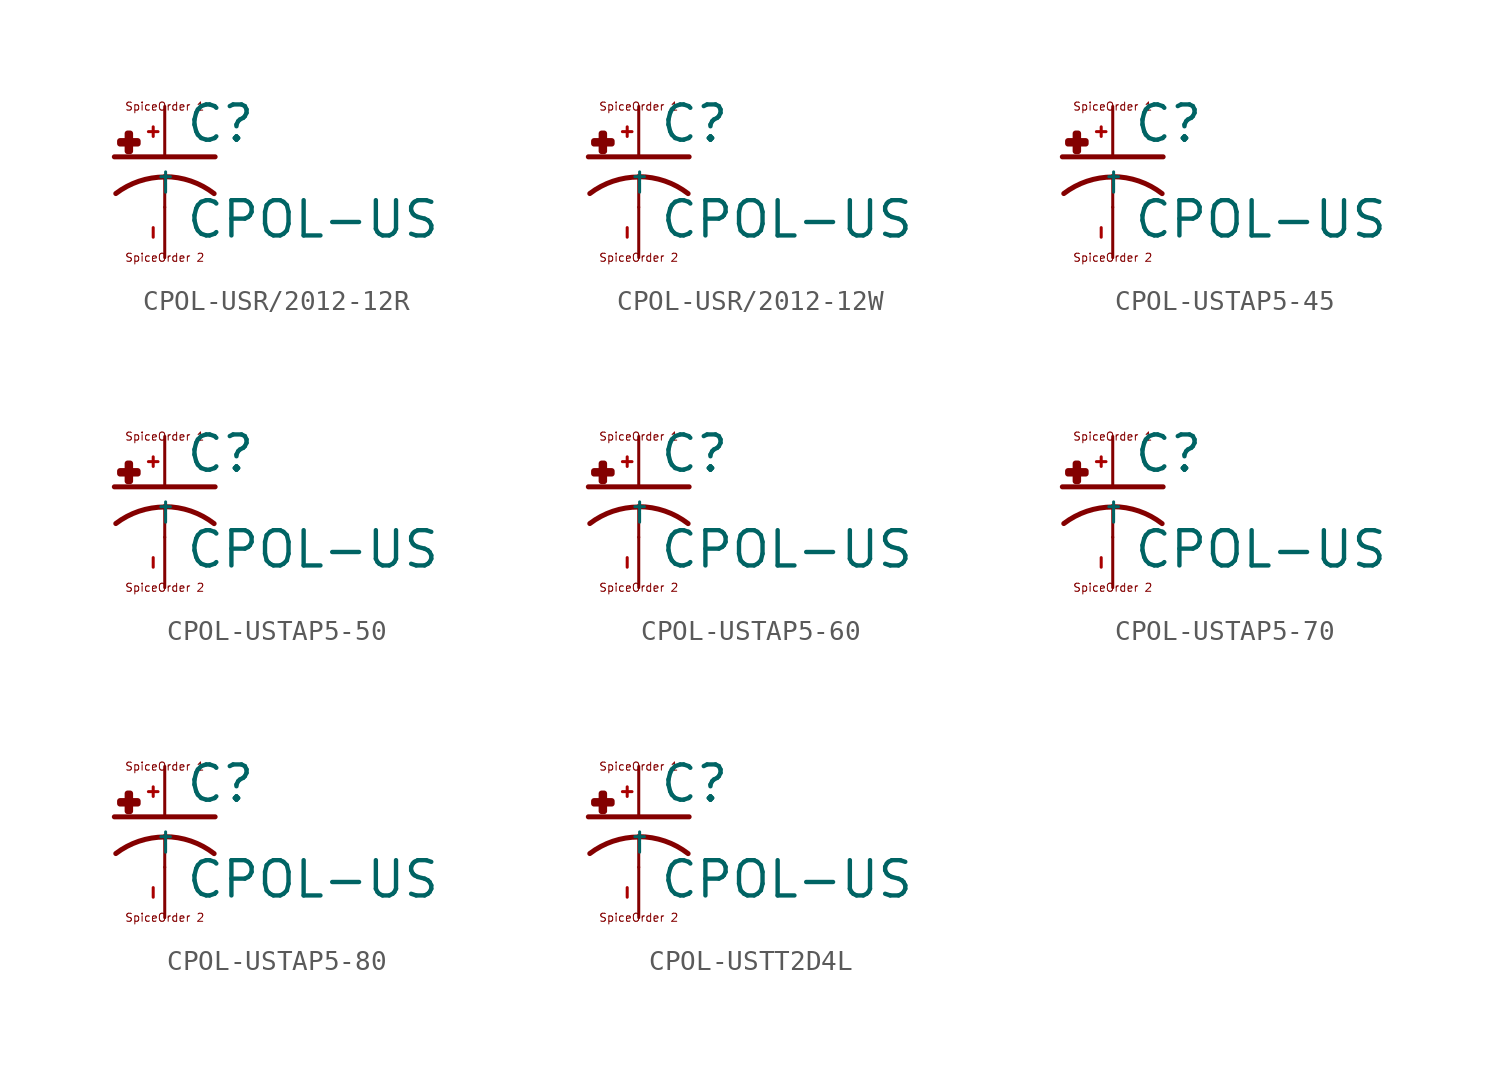
<source format=kicad_sym>
(kicad_symbol_lib
  (version 20220914)
  (generator Eagle2Kicad)
  (symbol "CPOL-USR/2012-12R"
    (property "Reference" "C"
      (at 1.016 0.635 0)
      (effects (font (size 1.778 1.778) (thickness 0.22)) (justify left bottom)))
    (property "Value" "CPOL-US"
      (at 1.016 -4.191 0)
      (effects (font (size 1.778 1.778) (thickness 0.22)) (justify left bottom)))
    (polyline
      (pts (xy -2.54 0) (xy 2.54 0))
      (stroke (width 0.254) (type default))
      (fill (type none)))
    (polyline
      (pts (xy 0 -1.016) (xy 0 -2.54))
      (stroke (width 0.152) (type default))
      (fill (type none)))
    (arc
      (start 2.4892 -1.8542)
      (mid 1.316 -1.220)
      (end 0 -1)
      (stroke (width 0.254) (type default))
      (fill (type none)))
    (arc
      (start 0 -1.0161)
      (mid -1.302 -1.230)
      (end -2.4669 -1.8504)
      (stroke (width 0.254) (type default))
      (fill (type none)))
    (text "SpiceOrder 1"
      (at 0 2.54 0)
      (effects (font (size 0.406 0.406) (thickness 0.05))))
    (text "SpiceOrder 2"
      (at 0 -5.08 0)
      (effects (font (size 0.406 0.406) (thickness 0.05))))
    (rectangle
      (start -2.253 0.668)
      (end -1.364 0.795)
      (stroke (width 0.3) (type default))
      (fill (type outline)))
    (rectangle
      (start -1.872 0.287)
      (end -1.745 1.176)
      (stroke (width 0.3) (type default))
      (fill (type outline)))
    (pin passive line
      (at 0 2.54 270)
      (length 2.54)
      (name "+" (effects (font (size 0.635 0.635) (thickness 0.08)) (justify left bottom)))
      (number "+" (effects (font (size 0.635 0.635) (thickness 0.08)) (justify left bottom))))
    (pin passive line
      (at 0 -5.08 90)
      (length 2.54)
      (name "-" (effects (font (size 0.635 0.635) (thickness 0.08)) (justify left bottom)))
      (number "-" (effects (font (size 0.635 0.635) (thickness 0.08)) (justify left bottom)))))
  (symbol "CPOL-USR/2012-12W"
    (property "Reference" "C"
      (at 1.016 0.635 0)
      (effects (font (size 1.778 1.778) (thickness 0.22)) (justify left bottom)))
    (property "Value" "CPOL-US"
      (at 1.016 -4.191 0)
      (effects (font (size 1.778 1.778) (thickness 0.22)) (justify left bottom)))
    (polyline
      (pts (xy -2.54 0) (xy 2.54 0))
      (stroke (width 0.254) (type default))
      (fill (type none)))
    (polyline
      (pts (xy 0 -1.016) (xy 0 -2.54))
      (stroke (width 0.152) (type default))
      (fill (type none)))
    (arc
      (start 2.4892 -1.8542)
      (mid 1.316 -1.220)
      (end 0 -1)
      (stroke (width 0.254) (type default))
      (fill (type none)))
    (arc
      (start 0 -1.0161)
      (mid -1.302 -1.230)
      (end -2.4669 -1.8504)
      (stroke (width 0.254) (type default))
      (fill (type none)))
    (text "SpiceOrder 1"
      (at 0 2.54 0)
      (effects (font (size 0.406 0.406) (thickness 0.05))))
    (text "SpiceOrder 2"
      (at 0 -5.08 0)
      (effects (font (size 0.406 0.406) (thickness 0.05))))
    (rectangle
      (start -2.253 0.668)
      (end -1.364 0.795)
      (stroke (width 0.3) (type default))
      (fill (type outline)))
    (rectangle
      (start -1.872 0.287)
      (end -1.745 1.176)
      (stroke (width 0.3) (type default))
      (fill (type outline)))
    (pin passive line
      (at 0 2.54 270)
      (length 2.54)
      (name "+" (effects (font (size 0.635 0.635) (thickness 0.08)) (justify left bottom)))
      (number "+" (effects (font (size 0.635 0.635) (thickness 0.08)) (justify left bottom))))
    (pin passive line
      (at 0 -5.08 90)
      (length 2.54)
      (name "-" (effects (font (size 0.635 0.635) (thickness 0.08)) (justify left bottom)))
      (number "-" (effects (font (size 0.635 0.635) (thickness 0.08)) (justify left bottom)))))
  (symbol "CPOL-USTAP5-45"
    (property "Reference" "C"
      (at 1.016 0.635 0)
      (effects (font (size 1.778 1.778) (thickness 0.22)) (justify left bottom)))
    (property "Value" "CPOL-US"
      (at 1.016 -4.191 0)
      (effects (font (size 1.778 1.778) (thickness 0.22)) (justify left bottom)))
    (polyline
      (pts (xy -2.54 0) (xy 2.54 0))
      (stroke (width 0.254) (type default))
      (fill (type none)))
    (polyline
      (pts (xy 0 -1.016) (xy 0 -2.54))
      (stroke (width 0.152) (type default))
      (fill (type none)))
    (arc
      (start 2.4892 -1.8542)
      (mid 1.316 -1.220)
      (end 0 -1)
      (stroke (width 0.254) (type default))
      (fill (type none)))
    (arc
      (start 0 -1.0161)
      (mid -1.302 -1.230)
      (end -2.4669 -1.8504)
      (stroke (width 0.254) (type default))
      (fill (type none)))
    (text "SpiceOrder 1"
      (at 0 2.54 0)
      (effects (font (size 0.406 0.406) (thickness 0.05))))
    (text "SpiceOrder 2"
      (at 0 -5.08 0)
      (effects (font (size 0.406 0.406) (thickness 0.05))))
    (rectangle
      (start -2.253 0.668)
      (end -1.364 0.795)
      (stroke (width 0.3) (type default))
      (fill (type outline)))
    (rectangle
      (start -1.872 0.287)
      (end -1.745 1.176)
      (stroke (width 0.3) (type default))
      (fill (type outline)))
    (pin passive line
      (at 0 2.54 270)
      (length 2.54)
      (name "+" (effects (font (size 0.635 0.635) (thickness 0.08)) (justify left bottom)))
      (number "+" (effects (font (size 0.635 0.635) (thickness 0.08)) (justify left bottom))))
    (pin passive line
      (at 0 -5.08 90)
      (length 2.54)
      (name "-" (effects (font (size 0.635 0.635) (thickness 0.08)) (justify left bottom)))
      (number "-" (effects (font (size 0.635 0.635) (thickness 0.08)) (justify left bottom)))))
  (symbol "CPOL-USTAP5-50"
    (property "Reference" "C"
      (at 1.016 0.635 0)
      (effects (font (size 1.778 1.778) (thickness 0.22)) (justify left bottom)))
    (property "Value" "CPOL-US"
      (at 1.016 -4.191 0)
      (effects (font (size 1.778 1.778) (thickness 0.22)) (justify left bottom)))
    (polyline
      (pts (xy -2.54 0) (xy 2.54 0))
      (stroke (width 0.254) (type default))
      (fill (type none)))
    (polyline
      (pts (xy 0 -1.016) (xy 0 -2.54))
      (stroke (width 0.152) (type default))
      (fill (type none)))
    (arc
      (start 2.4892 -1.8542)
      (mid 1.316 -1.220)
      (end 0 -1)
      (stroke (width 0.254) (type default))
      (fill (type none)))
    (arc
      (start 0 -1.0161)
      (mid -1.302 -1.230)
      (end -2.4669 -1.8504)
      (stroke (width 0.254) (type default))
      (fill (type none)))
    (text "SpiceOrder 1"
      (at 0 2.54 0)
      (effects (font (size 0.406 0.406) (thickness 0.05))))
    (text "SpiceOrder 2"
      (at 0 -5.08 0)
      (effects (font (size 0.406 0.406) (thickness 0.05))))
    (rectangle
      (start -2.253 0.668)
      (end -1.364 0.795)
      (stroke (width 0.3) (type default))
      (fill (type outline)))
    (rectangle
      (start -1.872 0.287)
      (end -1.745 1.176)
      (stroke (width 0.3) (type default))
      (fill (type outline)))
    (pin passive line
      (at 0 2.54 270)
      (length 2.54)
      (name "+" (effects (font (size 0.635 0.635) (thickness 0.08)) (justify left bottom)))
      (number "+" (effects (font (size 0.635 0.635) (thickness 0.08)) (justify left bottom))))
    (pin passive line
      (at 0 -5.08 90)
      (length 2.54)
      (name "-" (effects (font (size 0.635 0.635) (thickness 0.08)) (justify left bottom)))
      (number "-" (effects (font (size 0.635 0.635) (thickness 0.08)) (justify left bottom)))))
  (symbol "CPOL-USTAP5-60"
    (property "Reference" "C"
      (at 1.016 0.635 0)
      (effects (font (size 1.778 1.778) (thickness 0.22)) (justify left bottom)))
    (property "Value" "CPOL-US"
      (at 1.016 -4.191 0)
      (effects (font (size 1.778 1.778) (thickness 0.22)) (justify left bottom)))
    (polyline
      (pts (xy -2.54 0) (xy 2.54 0))
      (stroke (width 0.254) (type default))
      (fill (type none)))
    (polyline
      (pts (xy 0 -1.016) (xy 0 -2.54))
      (stroke (width 0.152) (type default))
      (fill (type none)))
    (arc
      (start 2.4892 -1.8542)
      (mid 1.316 -1.220)
      (end 0 -1)
      (stroke (width 0.254) (type default))
      (fill (type none)))
    (arc
      (start 0 -1.0161)
      (mid -1.302 -1.230)
      (end -2.4669 -1.8504)
      (stroke (width 0.254) (type default))
      (fill (type none)))
    (text "SpiceOrder 1"
      (at 0 2.54 0)
      (effects (font (size 0.406 0.406) (thickness 0.05))))
    (text "SpiceOrder 2"
      (at 0 -5.08 0)
      (effects (font (size 0.406 0.406) (thickness 0.05))))
    (rectangle
      (start -2.253 0.668)
      (end -1.364 0.795)
      (stroke (width 0.3) (type default))
      (fill (type outline)))
    (rectangle
      (start -1.872 0.287)
      (end -1.745 1.176)
      (stroke (width 0.3) (type default))
      (fill (type outline)))
    (pin passive line
      (at 0 2.54 270)
      (length 2.54)
      (name "+" (effects (font (size 0.635 0.635) (thickness 0.08)) (justify left bottom)))
      (number "+" (effects (font (size 0.635 0.635) (thickness 0.08)) (justify left bottom))))
    (pin passive line
      (at 0 -5.08 90)
      (length 2.54)
      (name "-" (effects (font (size 0.635 0.635) (thickness 0.08)) (justify left bottom)))
      (number "-" (effects (font (size 0.635 0.635) (thickness 0.08)) (justify left bottom)))))
  (symbol "CPOL-USTAP5-70"
    (property "Reference" "C"
      (at 1.016 0.635 0)
      (effects (font (size 1.778 1.778) (thickness 0.22)) (justify left bottom)))
    (property "Value" "CPOL-US"
      (at 1.016 -4.191 0)
      (effects (font (size 1.778 1.778) (thickness 0.22)) (justify left bottom)))
    (polyline
      (pts (xy -2.54 0) (xy 2.54 0))
      (stroke (width 0.254) (type default))
      (fill (type none)))
    (polyline
      (pts (xy 0 -1.016) (xy 0 -2.54))
      (stroke (width 0.152) (type default))
      (fill (type none)))
    (arc
      (start 2.4892 -1.8542)
      (mid 1.316 -1.220)
      (end 0 -1)
      (stroke (width 0.254) (type default))
      (fill (type none)))
    (arc
      (start 0 -1.0161)
      (mid -1.302 -1.230)
      (end -2.4669 -1.8504)
      (stroke (width 0.254) (type default))
      (fill (type none)))
    (text "SpiceOrder 1"
      (at 0 2.54 0)
      (effects (font (size 0.406 0.406) (thickness 0.05))))
    (text "SpiceOrder 2"
      (at 0 -5.08 0)
      (effects (font (size 0.406 0.406) (thickness 0.05))))
    (rectangle
      (start -2.253 0.668)
      (end -1.364 0.795)
      (stroke (width 0.3) (type default))
      (fill (type outline)))
    (rectangle
      (start -1.872 0.287)
      (end -1.745 1.176)
      (stroke (width 0.3) (type default))
      (fill (type outline)))
    (pin passive line
      (at 0 2.54 270)
      (length 2.54)
      (name "+" (effects (font (size 0.635 0.635) (thickness 0.08)) (justify left bottom)))
      (number "+" (effects (font (size 0.635 0.635) (thickness 0.08)) (justify left bottom))))
    (pin passive line
      (at 0 -5.08 90)
      (length 2.54)
      (name "-" (effects (font (size 0.635 0.635) (thickness 0.08)) (justify left bottom)))
      (number "-" (effects (font (size 0.635 0.635) (thickness 0.08)) (justify left bottom)))))
  (symbol "CPOL-USTAP5-80"
    (property "Reference" "C"
      (at 1.016 0.635 0)
      (effects (font (size 1.778 1.778) (thickness 0.22)) (justify left bottom)))
    (property "Value" "CPOL-US"
      (at 1.016 -4.191 0)
      (effects (font (size 1.778 1.778) (thickness 0.22)) (justify left bottom)))
    (polyline
      (pts (xy -2.54 0) (xy 2.54 0))
      (stroke (width 0.254) (type default))
      (fill (type none)))
    (polyline
      (pts (xy 0 -1.016) (xy 0 -2.54))
      (stroke (width 0.152) (type default))
      (fill (type none)))
    (arc
      (start 2.4892 -1.8542)
      (mid 1.316 -1.220)
      (end 0 -1)
      (stroke (width 0.254) (type default))
      (fill (type none)))
    (arc
      (start 0 -1.0161)
      (mid -1.302 -1.230)
      (end -2.4669 -1.8504)
      (stroke (width 0.254) (type default))
      (fill (type none)))
    (text "SpiceOrder 1"
      (at 0 2.54 0)
      (effects (font (size 0.406 0.406) (thickness 0.05))))
    (text "SpiceOrder 2"
      (at 0 -5.08 0)
      (effects (font (size 0.406 0.406) (thickness 0.05))))
    (rectangle
      (start -2.253 0.668)
      (end -1.364 0.795)
      (stroke (width 0.3) (type default))
      (fill (type outline)))
    (rectangle
      (start -1.872 0.287)
      (end -1.745 1.176)
      (stroke (width 0.3) (type default))
      (fill (type outline)))
    (pin passive line
      (at 0 2.54 270)
      (length 2.54)
      (name "+" (effects (font (size 0.635 0.635) (thickness 0.08)) (justify left bottom)))
      (number "+" (effects (font (size 0.635 0.635) (thickness 0.08)) (justify left bottom))))
    (pin passive line
      (at 0 -5.08 90)
      (length 2.54)
      (name "-" (effects (font (size 0.635 0.635) (thickness 0.08)) (justify left bottom)))
      (number "-" (effects (font (size 0.635 0.635) (thickness 0.08)) (justify left bottom)))))
  (symbol "CPOL-USTT2D4L"
    (property "Reference" "C"
      (at 1.016 0.635 0)
      (effects (font (size 1.778 1.778) (thickness 0.22)) (justify left bottom)))
    (property "Value" "CPOL-US"
      (at 1.016 -4.191 0)
      (effects (font (size 1.778 1.778) (thickness 0.22)) (justify left bottom)))
    (polyline
      (pts (xy -2.54 0) (xy 2.54 0))
      (stroke (width 0.254) (type default))
      (fill (type none)))
    (polyline
      (pts (xy 0 -1.016) (xy 0 -2.54))
      (stroke (width 0.152) (type default))
      (fill (type none)))
    (arc
      (start 2.4892 -1.8542)
      (mid 1.316 -1.220)
      (end 0 -1)
      (stroke (width 0.254) (type default))
      (fill (type none)))
    (arc
      (start 0 -1.0161)
      (mid -1.302 -1.230)
      (end -2.4669 -1.8504)
      (stroke (width 0.254) (type default))
      (fill (type none)))
    (text "SpiceOrder 1"
      (at 0 2.54 0)
      (effects (font (size 0.406 0.406) (thickness 0.05))))
    (text "SpiceOrder 2"
      (at 0 -5.08 0)
      (effects (font (size 0.406 0.406) (thickness 0.05))))
    (rectangle
      (start -2.253 0.668)
      (end -1.364 0.795)
      (stroke (width 0.3) (type default))
      (fill (type outline)))
    (rectangle
      (start -1.872 0.287)
      (end -1.745 1.176)
      (stroke (width 0.3) (type default))
      (fill (type outline)))
    (pin passive line
      (at 0 2.54 270)
      (length 2.54)
      (name "+" (effects (font (size 0.635 0.635) (thickness 0.08)) (justify left bottom)))
      (number "+" (effects (font (size 0.635 0.635) (thickness 0.08)) (justify left bottom))))
    (pin passive line
      (at 0 -5.08 90)
      (length 2.54)
      (name "-" (effects (font (size 0.635 0.635) (thickness 0.08)) (justify left bottom)))
      (number "-" (effects (font (size 0.635 0.635) (thickness 0.08)) (justify left bottom))))))
</source>
